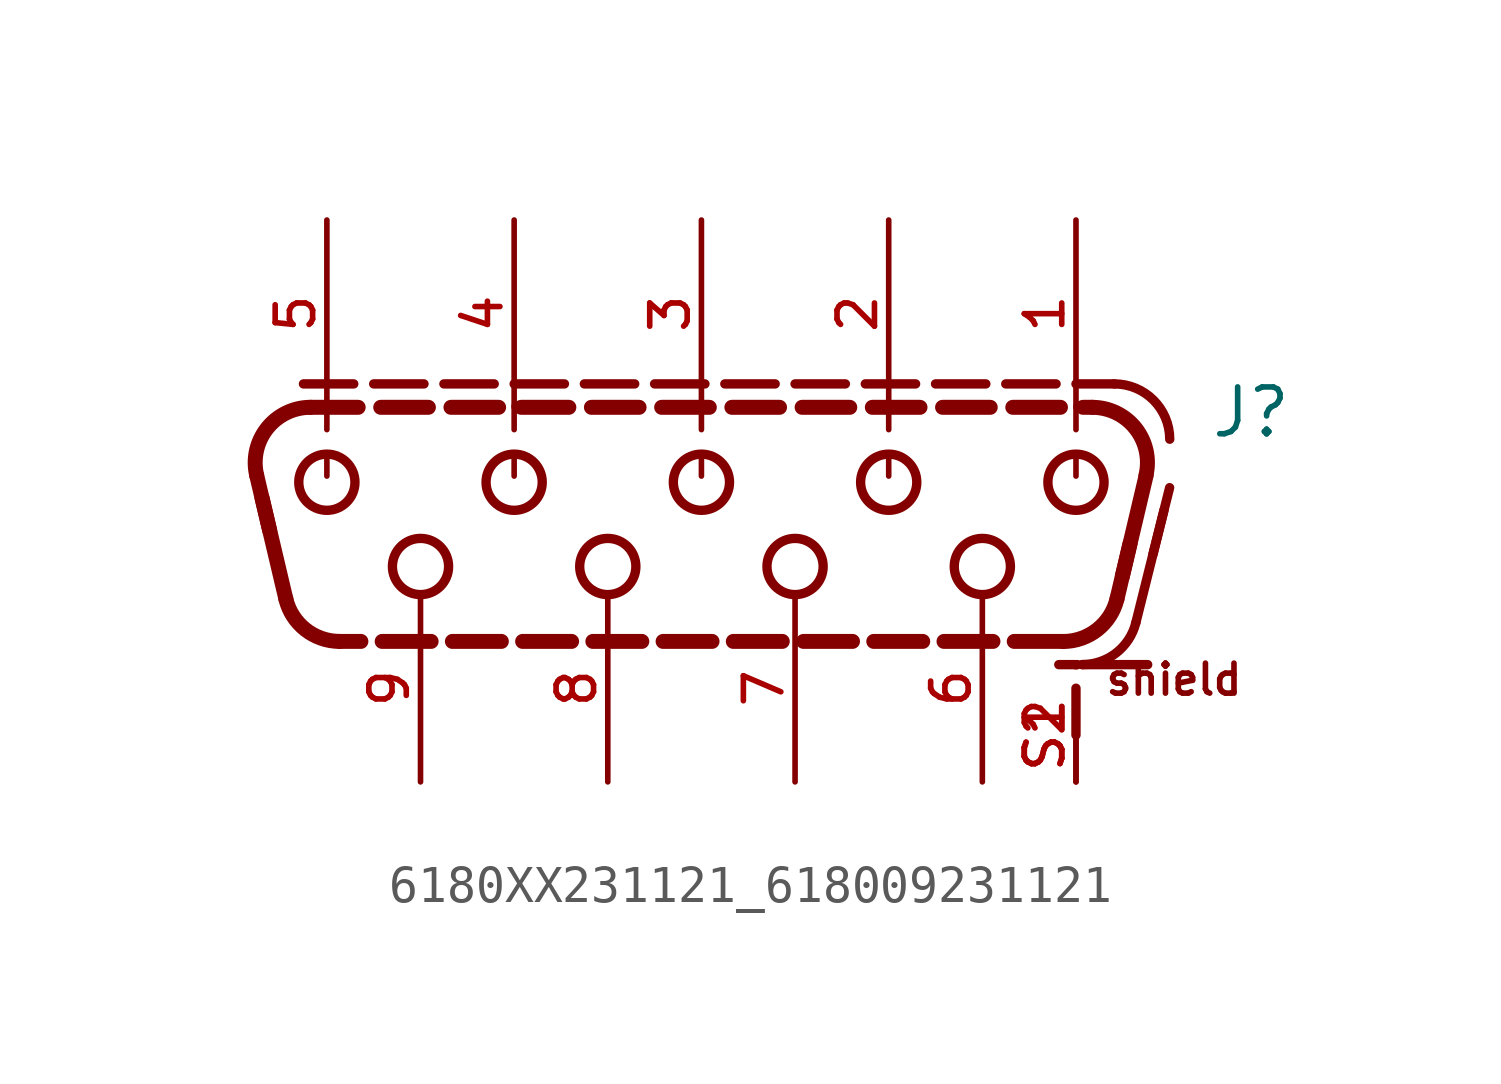
<source format=kicad_sym>
(kicad_symbol_lib
  (version 20231120)
  (generator "kicad_symbol_editor")
  (generator_version "8.0")
  (symbol "6180XX231121_618009231121"
    (pin_names
      (offset 1.016))
    (property "Reference" "J"
      (at 13.78 1.66 0)
      (effects (font (size 1.27 1.27)) (justify left bottom)))
    (symbol "6180XX231121_618009231121_0_0"
      (arc (start -11.2729 -2.6548) (mid -10.7468 -3.4839) (end -9.8131 -3.81) (stroke (width 0.4064) (type default)) (fill (type none)))
      (arc (start -10.6044 2.54) (mid -11.7806 1.9708) (end -12.0642 0.6952) (stroke (width 0.4064) (type default)) (fill (type none)))
      (circle (center -10.16 0.508) (radius 0.762) (stroke (width 0.254) (type default)) (fill (type none)))
      (circle (center -7.62 -1.778) (radius 0.762) (stroke (width 0.254) (type default)) (fill (type none)))
      (circle (center -5.08 0.508) (radius 0.762) (stroke (width 0.254) (type default)) (fill (type none)))
      (circle (center -2.54 -1.778) (radius 0.762) (stroke (width 0.254) (type default)) (fill (type none)))
      (polyline (pts (xy -11.711 -0.801) (xy -12.064 0.695)) (stroke (width 0.406) (type default)) (fill (type none)))
      (polyline (pts (xy -11.273 -2.655) (xy -11.918 0.077)) (stroke (width 0.406) (type default)) (fill (type none)))
      (polyline (pts (xy -10.795 3.175) (xy -9.431 3.175)) (stroke (width 0.254) (type default)) (fill (type none)))
      (polyline (pts (xy -10.604 2.54) (xy -9.311 2.54)) (stroke (width 0.406) (type default)) (fill (type none)))
      (polyline (pts (xy -10.16 0.675) (xy -10.16 1.3)) (stroke (width 0.152) (type default)) (fill (type none)))
      (polyline (pts (xy -10.16 2.58) (xy -10.16 1.935)) (stroke (width 0.152) (type default)) (fill (type none)))
      (polyline (pts (xy -9.237 -3.81) (xy -9.813 -3.81)) (stroke (width 0.406) (type default)) (fill (type none)))
      (polyline (pts (xy -8.89 3.175) (xy -7.526 3.175)) (stroke (width 0.254) (type default)) (fill (type none)))
      (polyline (pts (xy -8.699 2.54) (xy -7.406 2.54)) (stroke (width 0.406) (type default)) (fill (type none)))
      (polyline (pts (xy -7.332 -3.81) (xy -8.66 -3.81)) (stroke (width 0.406) (type default)) (fill (type none)))
      (polyline (pts (xy -6.985 3.175) (xy -5.62 3.175)) (stroke (width 0.254) (type default)) (fill (type none)))
      (polyline (pts (xy -6.794 2.54) (xy -5.501 2.54)) (stroke (width 0.406) (type default)) (fill (type none)))
      (polyline (pts (xy -5.427 -3.81) (xy -6.755 -3.81)) (stroke (width 0.406) (type default)) (fill (type none)))
      (polyline (pts (xy -5.08 0.675) (xy -5.08 1.3)) (stroke (width 0.152) (type default)) (fill (type none)))
      (polyline (pts (xy -5.08 2.58) (xy -5.08 1.935)) (stroke (width 0.152) (type default)) (fill (type none)))
      (polyline (pts (xy -5.08 3.175) (xy -3.716 3.175)) (stroke (width 0.254) (type default)) (fill (type none)))
      (polyline (pts (xy -4.889 2.54) (xy -3.596 2.54)) (stroke (width 0.406) (type default)) (fill (type none)))
      (polyline (pts (xy -3.522 -3.81) (xy -4.85 -3.81)) (stroke (width 0.406) (type default)) (fill (type none)))
      (polyline (pts (xy -3.175 3.175) (xy -1.81 3.175)) (stroke (width 0.254) (type default)) (fill (type none)))
      (polyline (pts (xy -2.984 2.54) (xy -1.691 2.54)) (stroke (width 0.406) (type default)) (fill (type none)))
      (polyline (pts (xy -1.617 -3.81) (xy -2.945 -3.81)) (stroke (width 0.406) (type default)) (fill (type none)))
      (polyline (pts (xy -1.27 3.175) (xy 0.095 3.175)) (stroke (width 0.254) (type default)) (fill (type none)))
      (polyline (pts (xy -1.079 2.54) (xy 0.214 2.54)) (stroke (width 0.406) (type default)) (fill (type none)))
      (polyline (pts (xy 0 0.675) (xy 0 1.3)) (stroke (width 0.152) (type default)) (fill (type none)))
      (polyline (pts (xy 0 2.58) (xy 0 1.935)) (stroke (width 0.152) (type default)) (fill (type none)))
      (polyline (pts (xy 0.288 -3.81) (xy -1.04 -3.81)) (stroke (width 0.406) (type default)) (fill (type none)))
      (polyline (pts (xy 0.635 3.175) (xy 2 3.175)) (stroke (width 0.254) (type default)) (fill (type none)))
      (polyline (pts (xy 0.826 2.54) (xy 2.119 2.54)) (stroke (width 0.406) (type default)) (fill (type none)))
      (polyline (pts (xy 2.193 -3.81) (xy 0.865 -3.81)) (stroke (width 0.406) (type default)) (fill (type none)))
      (polyline (pts (xy 2.54 3.175) (xy 3.905 3.175)) (stroke (width 0.254) (type default)) (fill (type none)))
      (polyline (pts (xy 2.731 2.54) (xy 4.024 2.54)) (stroke (width 0.406) (type default)) (fill (type none)))
      (polyline (pts (xy 4.098 -3.81) (xy 2.77 -3.81)) (stroke (width 0.406) (type default)) (fill (type none)))
      (polyline (pts (xy 4.445 3.175) (xy 5.81 3.175)) (stroke (width 0.254) (type default)) (fill (type none)))
      (polyline (pts (xy 4.636 2.54) (xy 5.929 2.54)) (stroke (width 0.406) (type default)) (fill (type none)))
      (polyline (pts (xy 5.08 0.675) (xy 5.08 1.3)) (stroke (width 0.152) (type default)) (fill (type none)))
      (polyline (pts (xy 5.08 2.58) (xy 5.08 1.935)) (stroke (width 0.152) (type default)) (fill (type none)))
      (polyline (pts (xy 6.003 -3.81) (xy 4.675 -3.81)) (stroke (width 0.406) (type default)) (fill (type none)))
      (polyline (pts (xy 6.35 3.175) (xy 7.715 3.175)) (stroke (width 0.254) (type default)) (fill (type none)))
      (polyline (pts (xy 6.541 2.54) (xy 7.834 2.54)) (stroke (width 0.406) (type default)) (fill (type none)))
      (polyline (pts (xy 7.908 -3.81) (xy 6.58 -3.81)) (stroke (width 0.406) (type default)) (fill (type none)))
      (polyline (pts (xy 8.255 3.175) (xy 9.62 3.175)) (stroke (width 0.254) (type default)) (fill (type none)))
      (polyline (pts (xy 8.446 2.54) (xy 9.739 2.54)) (stroke (width 0.406) (type default)) (fill (type none)))
      (polyline (pts (xy 9.813 -3.81) (xy 8.485 -3.81)) (stroke (width 0.406) (type default)) (fill (type none)))
      (polyline (pts (xy 10.16 -6.35) (xy 10.16 -5.08)) (stroke (width 0.254) (type default)) (fill (type none)))
      (polyline (pts (xy 10.16 -4.445) (xy 10.16 -4.445)) (stroke (width 0.254) (type default)) (fill (type none)))
      (polyline (pts (xy 10.16 0.675) (xy 10.16 1.3)) (stroke (width 0.152) (type default)) (fill (type none)))
      (polyline (pts (xy 10.16 2.58) (xy 10.16 1.935)) (stroke (width 0.152) (type default)) (fill (type none)))
      (polyline (pts (xy 10.16 3.175) (xy 11.2 3.175)) (stroke (width 0.254) (type default)) (fill (type none)))
      (polyline (pts (xy 10.2 -4.44) (xy 9.694 -4.44)) (stroke (width 0.254) (type default)) (fill (type none)))
      (polyline (pts (xy 10.351 2.54) (xy 10.604 2.54)) (stroke (width 0.406) (type default)) (fill (type none)))
      (polyline (pts (xy 11.626 -1.159) (xy 11.273 -2.655)) (stroke (width 0.406) (type default)) (fill (type none)))
      (polyline (pts (xy 11.784 -3.304) (xy 12.546 -0.256)) (stroke (width 0.254) (type default)) (fill (type none)))
      (polyline (pts (xy 12.064 0.695) (xy 11.419 -2.037)) (stroke (width 0.406) (type default)) (fill (type none)))
      (polyline (pts (xy 12.105 -4.44) (xy 10.329 -4.44)) (stroke (width 0.254) (type default)) (fill (type none)))
      (polyline (pts (xy 12.246 -1.456) (xy 12.7 0.36)) (stroke (width 0.254) (type default)) (fill (type none)))
      (circle (center 0 0.508) (radius 0.762) (stroke (width 0.254) (type default)) (fill (type none)))
      (circle (center 2.54 -1.778) (radius 0.762) (stroke (width 0.254) (type default)) (fill (type none)))
      (circle (center 5.08 0.508) (radius 0.762) (stroke (width 0.254) (type default)) (fill (type none)))
      (circle (center 7.62 -1.778) (radius 0.762) (stroke (width 0.254) (type default)) (fill (type none)))
      (arc (start 9.8131 -3.81) (mid 10.7409 -3.4886) (end 11.2729 -2.6548) (stroke (width 0.4064) (type default)) (fill (type none)))
      (circle (center 10.16 0.508) (radius 0.762) (stroke (width 0.254) (type default)) (fill (type none)))
      (arc (start 10.3288 -4.44) (mid 11.2525 -4.1228) (end 11.7841 -3.3038) (stroke (width 0.254) (type default)) (fill (type none)))
      (arc (start 12.0642 0.6952) (mid 11.7783 1.9738) (end 10.6044 2.54) (stroke (width 0.4064) (type default)) (fill (type none)))
      (arc (start 12.7 1.675) (mid 12.2607 2.7357) (end 11.2 3.175) (stroke (width 0.254) (type default)) (fill (type none)))
      (text "shield" (at 10.9 -5.32 0) (effects (font (size 0.813 0.813)) (justify left bottom)))
      (pin bidirectional line (at 10.16 7.62 270) (length 5.08) (name "~" (effects (font (size 1.016 1.016)))) (number "1" (effects (font (size 1.016 1.016)))))
      (pin bidirectional line (at 5.08 7.62 270) (length 5.08) (name "~" (effects (font (size 1.016 1.016)))) (number "2" (effects (font (size 1.016 1.016)))))
      (pin bidirectional line (at 0 7.62 270) (length 5.08) (name "~" (effects (font (size 1.016 1.016)))) (number "3" (effects (font (size 1.016 1.016)))))
      (pin bidirectional line (at -5.08 7.62 270) (length 5.08) (name "~" (effects (font (size 1.016 1.016)))) (number "4" (effects (font (size 1.016 1.016)))))
      (pin bidirectional line (at -10.16 7.62 270) (length 5.08) (name "~" (effects (font (size 1.016 1.016)))) (number "5" (effects (font (size 1.016 1.016)))))
      (pin bidirectional line (at 7.62 -7.62 90) (length 5.08) (name "~" (effects (font (size 1.016 1.016)))) (number "6" (effects (font (size 1.016 1.016)))))
      (pin bidirectional line (at 2.54 -7.62 90) (length 5.08) (name "~" (effects (font (size 1.016 1.016)))) (number "7" (effects (font (size 1.016 1.016)))))
      (pin bidirectional line (at -2.54 -7.62 90) (length 5.08) (name "~" (effects (font (size 1.016 1.016)))) (number "8" (effects (font (size 1.016 1.016)))))
      (pin bidirectional line (at -7.62 -7.62 90) (length 5.08) (name "~" (effects (font (size 1.016 1.016)))) (number "9" (effects (font (size 1.016 1.016)))))
      (pin bidirectional line (at 10.16 -7.62 90) (length 2.54) (name "~" (effects (font (size 1.016 1.016)))) (number "S1" (effects (font (size 1.016 1.016)))))
      (pin bidirectional line (at 10.16 -7.62 90) (length 2.54) (name "~" (effects (font (size 1.016 1.016)))) (number "S2" (effects (font (size 1.016 1.016))))))))
</source>
